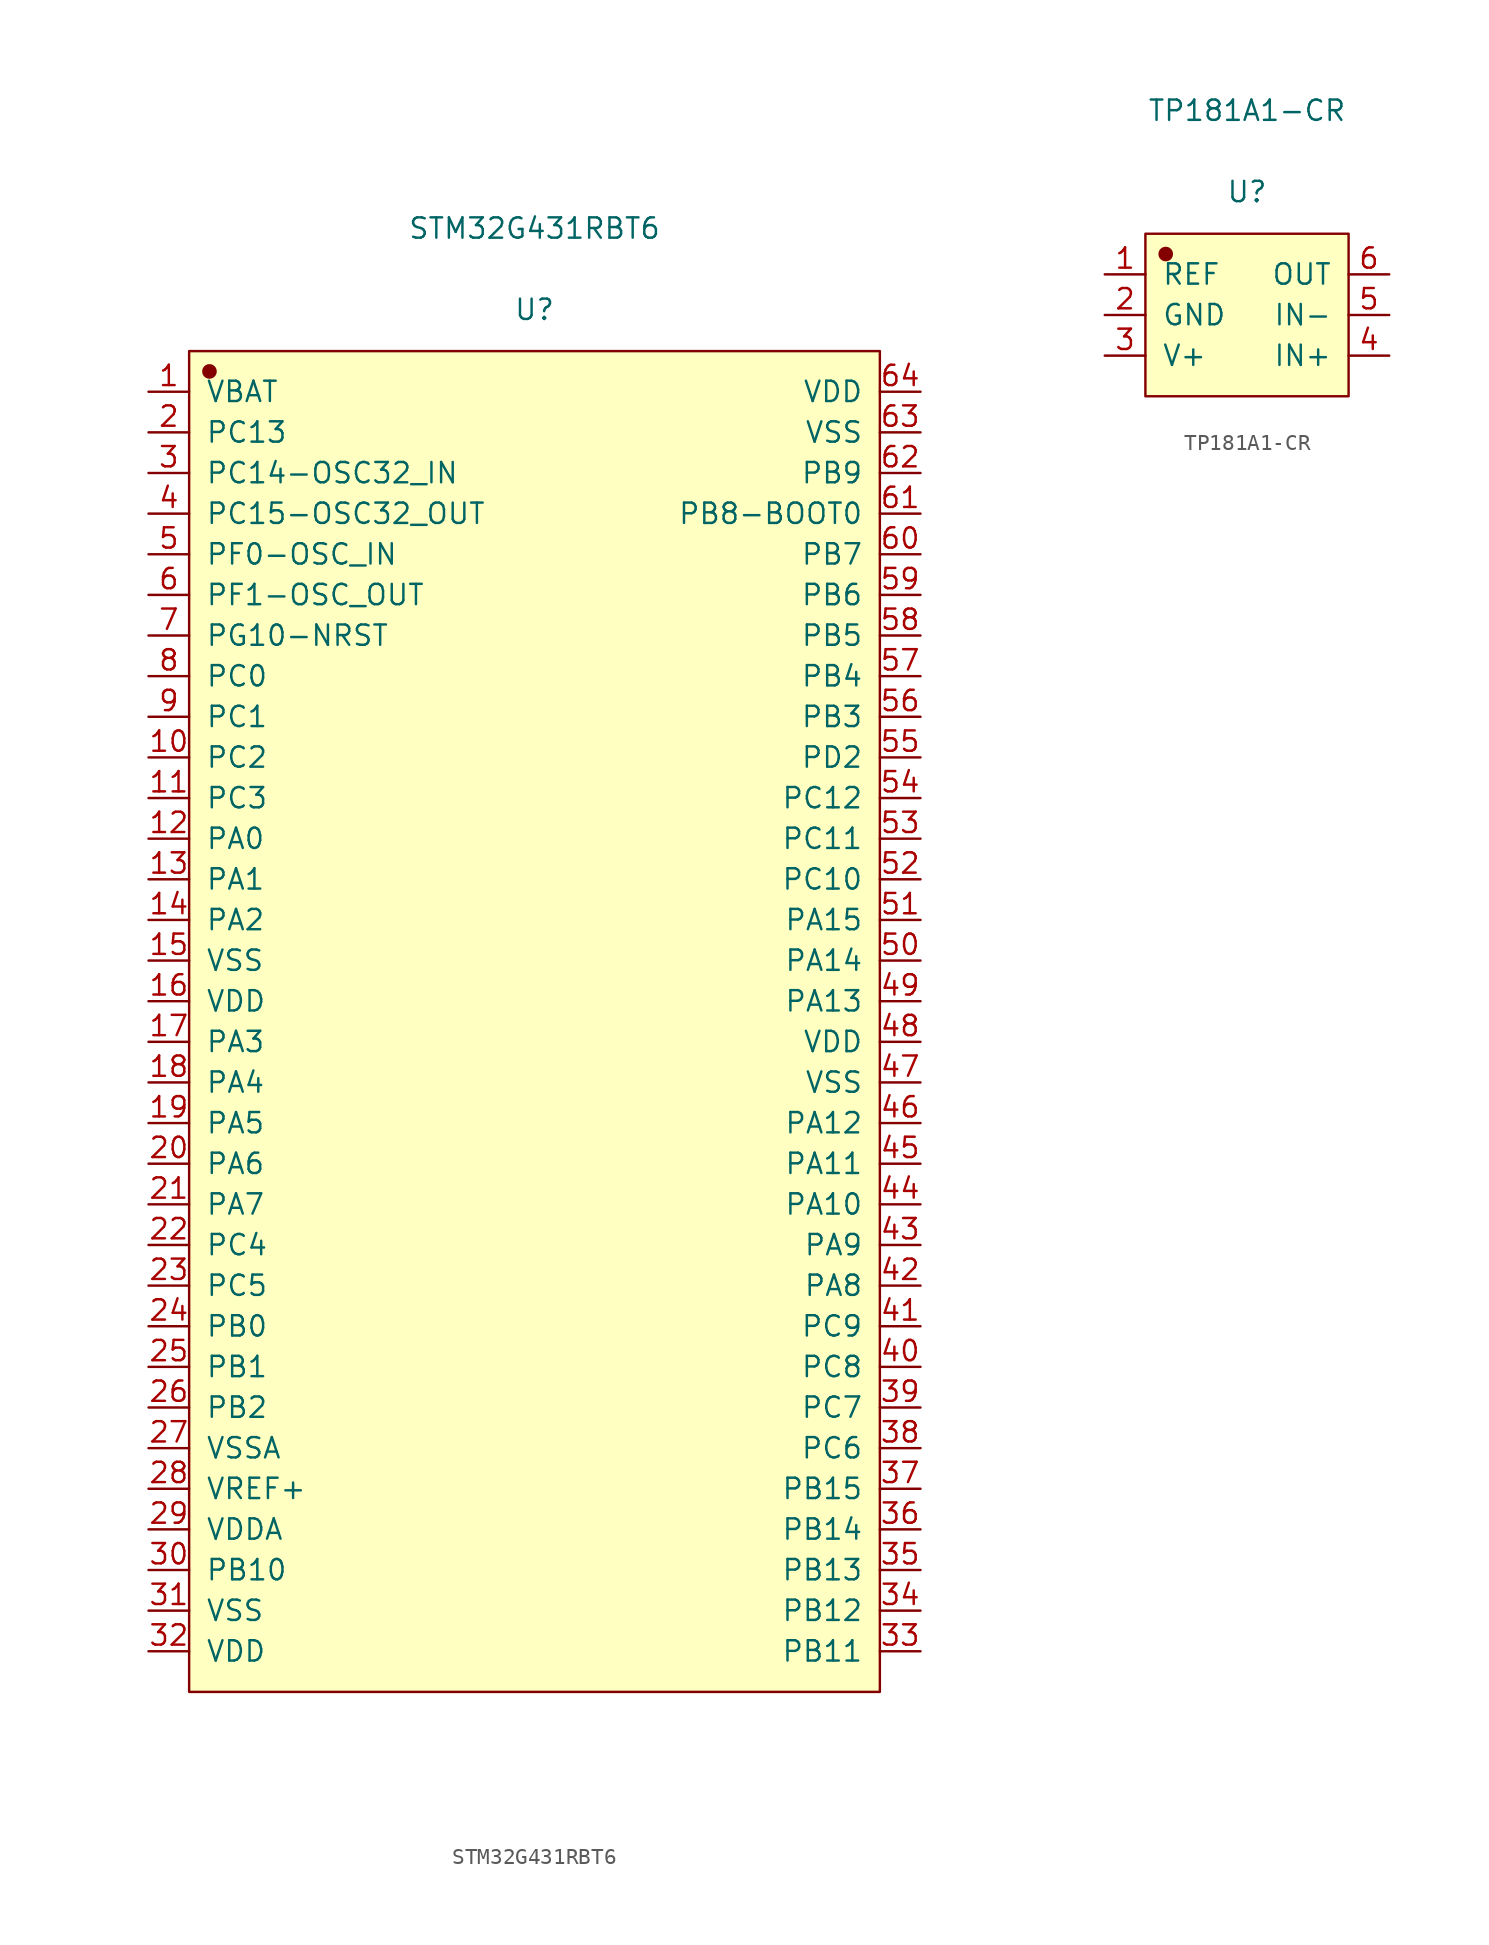
<source format=kicad_sym>
(kicad_symbol_lib
  (version 20231120)
  (generator "kicad_symbol_editor")
  (generator_version "8.0")
  (symbol "STM32G431RBT6"
    (pin_names
      (offset 1.016))
    (property "Reference" "U"
      (at 0 44.501 0)
      (effects (font (size 1.27 1.27))))
    (property "Value" "STM32G431RBT6"
      (at 0 49.581 0)
      (effects (font (size 1.27 1.27))))
    (symbol "STM32G431RBT6_1_1"
      (rectangle (start -21.59 41.91) (end 21.59 -41.91) (stroke (width 0.152) (type solid)) (fill (type background)))
      (circle (center -20.32 40.64) (radius 0.381) (stroke (width 0.152) (type solid)) (fill (type outline)))
      (pin input line (at -24.13 39.37 0) (length 2.54) (name "VBAT" (effects (font (size 1.27 1.27)))) (number "1" (effects (font (size 1.27 1.27)))))
      (pin input line (at -24.13 16.51 0) (length 2.54) (name "PC2" (effects (font (size 1.27 1.27)))) (number "10" (effects (font (size 1.27 1.27)))))
      (pin input line (at -24.13 13.97 0) (length 2.54) (name "PC3" (effects (font (size 1.27 1.27)))) (number "11" (effects (font (size 1.27 1.27)))))
      (pin input line (at -24.13 11.43 0) (length 2.54) (name "PA0" (effects (font (size 1.27 1.27)))) (number "12" (effects (font (size 1.27 1.27)))))
      (pin input line (at -24.13 8.89 0) (length 2.54) (name "PA1" (effects (font (size 1.27 1.27)))) (number "13" (effects (font (size 1.27 1.27)))))
      (pin input line (at -24.13 6.35 0) (length 2.54) (name "PA2" (effects (font (size 1.27 1.27)))) (number "14" (effects (font (size 1.27 1.27)))))
      (pin input line (at -24.13 3.81 0) (length 2.54) (name "VSS" (effects (font (size 1.27 1.27)))) (number "15" (effects (font (size 1.27 1.27)))))
      (pin input line (at -24.13 1.27 0) (length 2.54) (name "VDD" (effects (font (size 1.27 1.27)))) (number "16" (effects (font (size 1.27 1.27)))))
      (pin input line (at -24.13 -1.27 0) (length 2.54) (name "PA3" (effects (font (size 1.27 1.27)))) (number "17" (effects (font (size 1.27 1.27)))))
      (pin input line (at -24.13 -3.81 0) (length 2.54) (name "PA4" (effects (font (size 1.27 1.27)))) (number "18" (effects (font (size 1.27 1.27)))))
      (pin input line (at -24.13 -6.35 0) (length 2.54) (name "PA5" (effects (font (size 1.27 1.27)))) (number "19" (effects (font (size 1.27 1.27)))))
      (pin input line (at -24.13 36.83 0) (length 2.54) (name "PC13" (effects (font (size 1.27 1.27)))) (number "2" (effects (font (size 1.27 1.27)))))
      (pin input line (at -24.13 -8.89 0) (length 2.54) (name "PA6" (effects (font (size 1.27 1.27)))) (number "20" (effects (font (size 1.27 1.27)))))
      (pin input line (at -24.13 -11.43 0) (length 2.54) (name "PA7" (effects (font (size 1.27 1.27)))) (number "21" (effects (font (size 1.27 1.27)))))
      (pin input line (at -24.13 -13.97 0) (length 2.54) (name "PC4" (effects (font (size 1.27 1.27)))) (number "22" (effects (font (size 1.27 1.27)))))
      (pin input line (at -24.13 -16.51 0) (length 2.54) (name "PC5" (effects (font (size 1.27 1.27)))) (number "23" (effects (font (size 1.27 1.27)))))
      (pin input line (at -24.13 -19.05 0) (length 2.54) (name "PB0" (effects (font (size 1.27 1.27)))) (number "24" (effects (font (size 1.27 1.27)))))
      (pin input line (at -24.13 -21.59 0) (length 2.54) (name "PB1" (effects (font (size 1.27 1.27)))) (number "25" (effects (font (size 1.27 1.27)))))
      (pin input line (at -24.13 -24.13 0) (length 2.54) (name "PB2" (effects (font (size 1.27 1.27)))) (number "26" (effects (font (size 1.27 1.27)))))
      (pin input line (at -24.13 -26.67 0) (length 2.54) (name "VSSA" (effects (font (size 1.27 1.27)))) (number "27" (effects (font (size 1.27 1.27)))))
      (pin input line (at -24.13 -29.21 0) (length 2.54) (name "VREF+" (effects (font (size 1.27 1.27)))) (number "28" (effects (font (size 1.27 1.27)))))
      (pin input line (at -24.13 -31.75 0) (length 2.54) (name "VDDA" (effects (font (size 1.27 1.27)))) (number "29" (effects (font (size 1.27 1.27)))))
      (pin input line (at -24.13 34.29 0) (length 2.54) (name "PC14-OSC32_IN" (effects (font (size 1.27 1.27)))) (number "3" (effects (font (size 1.27 1.27)))))
      (pin input line (at -24.13 -34.29 0) (length 2.54) (name "PB10" (effects (font (size 1.27 1.27)))) (number "30" (effects (font (size 1.27 1.27)))))
      (pin input line (at -24.13 -36.83 0) (length 2.54) (name "VSS" (effects (font (size 1.27 1.27)))) (number "31" (effects (font (size 1.27 1.27)))))
      (pin input line (at -24.13 -39.37 0) (length 2.54) (name "VDD" (effects (font (size 1.27 1.27)))) (number "32" (effects (font (size 1.27 1.27)))))
      (pin input line (at 24.13 -39.37 180) (length 2.54) (name "PB11" (effects (font (size 1.27 1.27)))) (number "33" (effects (font (size 1.27 1.27)))))
      (pin input line (at 24.13 -36.83 180) (length 2.54) (name "PB12" (effects (font (size 1.27 1.27)))) (number "34" (effects (font (size 1.27 1.27)))))
      (pin input line (at 24.13 -34.29 180) (length 2.54) (name "PB13" (effects (font (size 1.27 1.27)))) (number "35" (effects (font (size 1.27 1.27)))))
      (pin input line (at 24.13 -31.75 180) (length 2.54) (name "PB14" (effects (font (size 1.27 1.27)))) (number "36" (effects (font (size 1.27 1.27)))))
      (pin input line (at 24.13 -29.21 180) (length 2.54) (name "PB15" (effects (font (size 1.27 1.27)))) (number "37" (effects (font (size 1.27 1.27)))))
      (pin input line (at 24.13 -26.67 180) (length 2.54) (name "PC6" (effects (font (size 1.27 1.27)))) (number "38" (effects (font (size 1.27 1.27)))))
      (pin input line (at 24.13 -24.13 180) (length 2.54) (name "PC7" (effects (font (size 1.27 1.27)))) (number "39" (effects (font (size 1.27 1.27)))))
      (pin input line (at -24.13 31.75 0) (length 2.54) (name "PC15-OSC32_OUT" (effects (font (size 1.27 1.27)))) (number "4" (effects (font (size 1.27 1.27)))))
      (pin input line (at 24.13 -21.59 180) (length 2.54) (name "PC8" (effects (font (size 1.27 1.27)))) (number "40" (effects (font (size 1.27 1.27)))))
      (pin input line (at 24.13 -19.05 180) (length 2.54) (name "PC9" (effects (font (size 1.27 1.27)))) (number "41" (effects (font (size 1.27 1.27)))))
      (pin input line (at 24.13 -16.51 180) (length 2.54) (name "PA8" (effects (font (size 1.27 1.27)))) (number "42" (effects (font (size 1.27 1.27)))))
      (pin input line (at 24.13 -13.97 180) (length 2.54) (name "PA9" (effects (font (size 1.27 1.27)))) (number "43" (effects (font (size 1.27 1.27)))))
      (pin input line (at 24.13 -11.43 180) (length 2.54) (name "PA10" (effects (font (size 1.27 1.27)))) (number "44" (effects (font (size 1.27 1.27)))))
      (pin input line (at 24.13 -8.89 180) (length 2.54) (name "PA11" (effects (font (size 1.27 1.27)))) (number "45" (effects (font (size 1.27 1.27)))))
      (pin input line (at 24.13 -6.35 180) (length 2.54) (name "PA12" (effects (font (size 1.27 1.27)))) (number "46" (effects (font (size 1.27 1.27)))))
      (pin input line (at 24.13 -3.81 180) (length 2.54) (name "VSS" (effects (font (size 1.27 1.27)))) (number "47" (effects (font (size 1.27 1.27)))))
      (pin input line (at 24.13 -1.27 180) (length 2.54) (name "VDD" (effects (font (size 1.27 1.27)))) (number "48" (effects (font (size 1.27 1.27)))))
      (pin input line (at 24.13 1.27 180) (length 2.54) (name "PA13" (effects (font (size 1.27 1.27)))) (number "49" (effects (font (size 1.27 1.27)))))
      (pin input line (at -24.13 29.21 0) (length 2.54) (name "PF0-OSC_IN" (effects (font (size 1.27 1.27)))) (number "5" (effects (font (size 1.27 1.27)))))
      (pin input line (at 24.13 3.81 180) (length 2.54) (name "PA14" (effects (font (size 1.27 1.27)))) (number "50" (effects (font (size 1.27 1.27)))))
      (pin input line (at 24.13 6.35 180) (length 2.54) (name "PA15" (effects (font (size 1.27 1.27)))) (number "51" (effects (font (size 1.27 1.27)))))
      (pin input line (at 24.13 8.89 180) (length 2.54) (name "PC10" (effects (font (size 1.27 1.27)))) (number "52" (effects (font (size 1.27 1.27)))))
      (pin input line (at 24.13 11.43 180) (length 2.54) (name "PC11" (effects (font (size 1.27 1.27)))) (number "53" (effects (font (size 1.27 1.27)))))
      (pin input line (at 24.13 13.97 180) (length 2.54) (name "PC12" (effects (font (size 1.27 1.27)))) (number "54" (effects (font (size 1.27 1.27)))))
      (pin input line (at 24.13 16.51 180) (length 2.54) (name "PD2" (effects (font (size 1.27 1.27)))) (number "55" (effects (font (size 1.27 1.27)))))
      (pin input line (at 24.13 19.05 180) (length 2.54) (name "PB3" (effects (font (size 1.27 1.27)))) (number "56" (effects (font (size 1.27 1.27)))))
      (pin input line (at 24.13 21.59 180) (length 2.54) (name "PB4" (effects (font (size 1.27 1.27)))) (number "57" (effects (font (size 1.27 1.27)))))
      (pin input line (at 24.13 24.13 180) (length 2.54) (name "PB5" (effects (font (size 1.27 1.27)))) (number "58" (effects (font (size 1.27 1.27)))))
      (pin input line (at 24.13 26.67 180) (length 2.54) (name "PB6" (effects (font (size 1.27 1.27)))) (number "59" (effects (font (size 1.27 1.27)))))
      (pin input line (at -24.13 26.67 0) (length 2.54) (name "PF1-OSC_OUT" (effects (font (size 1.27 1.27)))) (number "6" (effects (font (size 1.27 1.27)))))
      (pin input line (at 24.13 29.21 180) (length 2.54) (name "PB7" (effects (font (size 1.27 1.27)))) (number "60" (effects (font (size 1.27 1.27)))))
      (pin input line (at 24.13 31.75 180) (length 2.54) (name "PB8-BOOT0" (effects (font (size 1.27 1.27)))) (number "61" (effects (font (size 1.27 1.27)))))
      (pin input line (at 24.13 34.29 180) (length 2.54) (name "PB9" (effects (font (size 1.27 1.27)))) (number "62" (effects (font (size 1.27 1.27)))))
      (pin input line (at 24.13 36.83 180) (length 2.54) (name "VSS" (effects (font (size 1.27 1.27)))) (number "63" (effects (font (size 1.27 1.27)))))
      (pin input line (at 24.13 39.37 180) (length 2.54) (name "VDD" (effects (font (size 1.27 1.27)))) (number "64" (effects (font (size 1.27 1.27)))))
      (pin input line (at -24.13 24.13 0) (length 2.54) (name "PG10-NRST" (effects (font (size 1.27 1.27)))) (number "7" (effects (font (size 1.27 1.27)))))
      (pin input line (at -24.13 21.59 0) (length 2.54) (name "PC0" (effects (font (size 1.27 1.27)))) (number "8" (effects (font (size 1.27 1.27)))))
      (pin input line (at -24.13 19.05 0) (length 2.54) (name "PC1" (effects (font (size 1.27 1.27)))) (number "9" (effects (font (size 1.27 1.27)))))))
  (symbol "TP181A1-CR"
    (pin_names
      (offset 1.016))
    (property "Reference" "U"
      (at 0 7.696 0)
      (effects (font (size 1.27 1.27))))
    (property "Value" "TP181A1-CR"
      (at 0 12.776 0)
      (effects (font (size 1.27 1.27))))
    (symbol "TP181A1-CR_1_1"
      (rectangle (start -6.35 5.08) (end 6.35 -5.08) (stroke (width 0.152) (type solid)) (fill (type background)))
      (circle (center -5.08 3.81) (radius 0.381) (stroke (width 0.152) (type solid)) (fill (type outline)))
      (pin input line (at -8.89 2.54 0) (length 2.54) (name "REF" (effects (font (size 1.27 1.27)))) (number "1" (effects (font (size 1.27 1.27)))))
      (pin input line (at -8.89 0 0) (length 2.54) (name "GND" (effects (font (size 1.27 1.27)))) (number "2" (effects (font (size 1.27 1.27)))))
      (pin input line (at -8.89 -2.54 0) (length 2.54) (name "V+" (effects (font (size 1.27 1.27)))) (number "3" (effects (font (size 1.27 1.27)))))
      (pin input line (at 8.89 -2.54 180) (length 2.54) (name "IN+" (effects (font (size 1.27 1.27)))) (number "4" (effects (font (size 1.27 1.27)))))
      (pin input line (at 8.89 0 180) (length 2.54) (name "IN-" (effects (font (size 1.27 1.27)))) (number "5" (effects (font (size 1.27 1.27)))))
      (pin input line (at 8.89 2.54 180) (length 2.54) (name "OUT" (effects (font (size 1.27 1.27)))) (number "6" (effects (font (size 1.27 1.27))))))))
</source>
